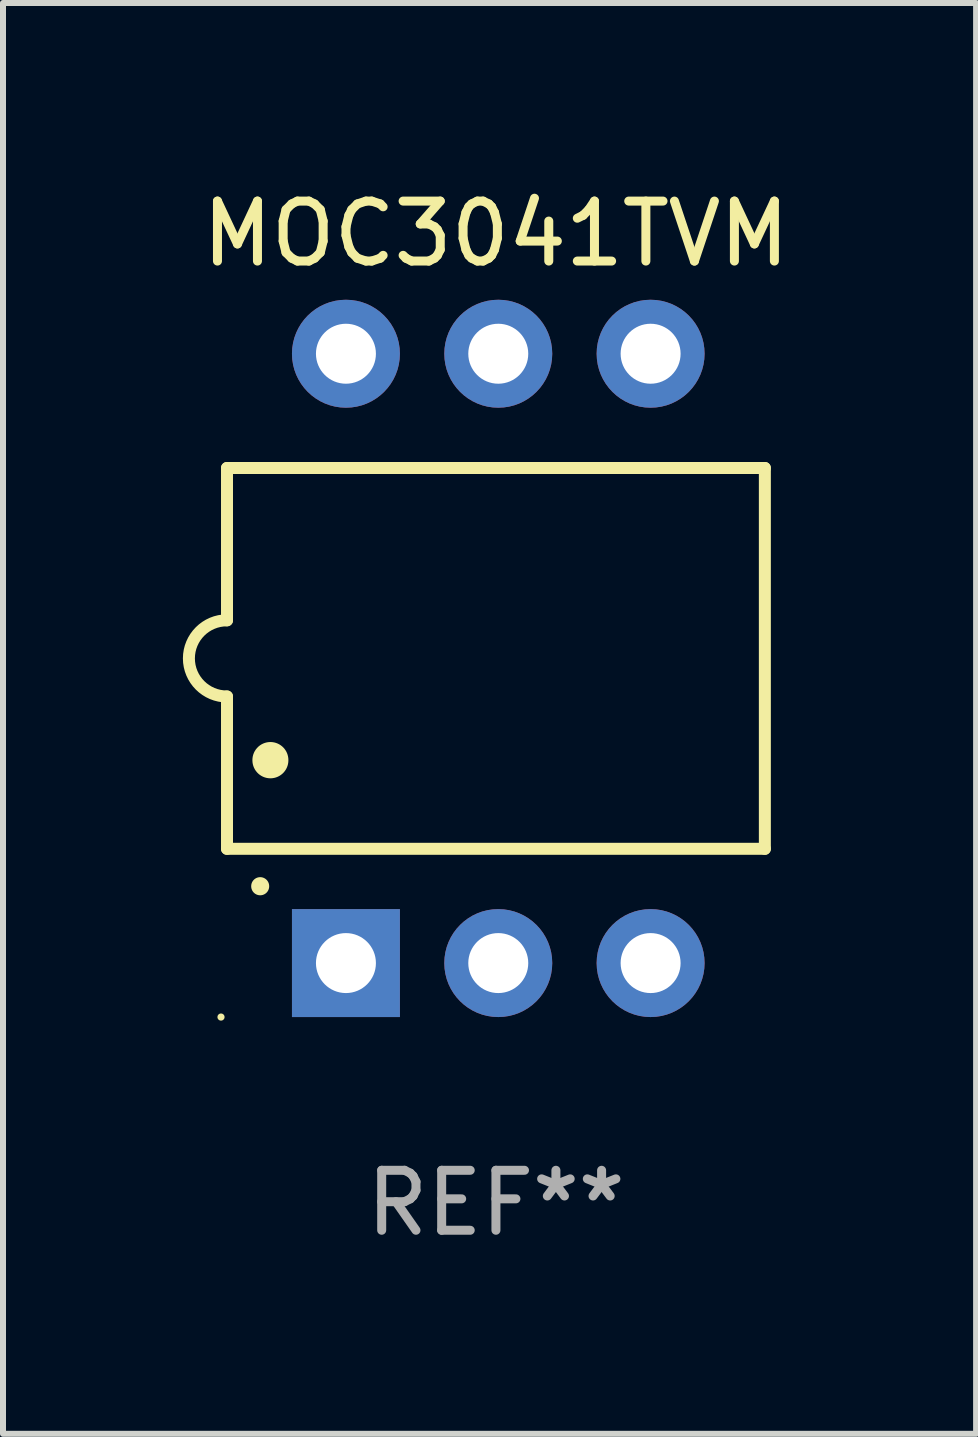
<source format=kicad_pcb>
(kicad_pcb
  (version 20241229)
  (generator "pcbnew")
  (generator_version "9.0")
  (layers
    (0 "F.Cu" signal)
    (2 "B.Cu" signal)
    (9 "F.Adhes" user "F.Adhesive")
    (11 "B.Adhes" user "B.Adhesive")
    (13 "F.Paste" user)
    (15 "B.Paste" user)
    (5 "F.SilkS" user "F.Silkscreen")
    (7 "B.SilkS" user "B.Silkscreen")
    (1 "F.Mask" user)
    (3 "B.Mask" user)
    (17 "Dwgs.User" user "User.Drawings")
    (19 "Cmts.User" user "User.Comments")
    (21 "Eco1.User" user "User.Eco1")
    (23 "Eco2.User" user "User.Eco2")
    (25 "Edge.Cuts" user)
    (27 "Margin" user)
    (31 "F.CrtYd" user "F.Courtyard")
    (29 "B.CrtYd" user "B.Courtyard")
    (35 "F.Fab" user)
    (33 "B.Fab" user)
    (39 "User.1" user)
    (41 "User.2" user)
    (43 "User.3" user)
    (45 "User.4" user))
  (footprint "MOC3041TVM"
    (layer "F.Cu")
    (at 5.219 7.928)
    (property "Reference" "MOC3041TVM" (at 0 -7.08 0) (layer "F.SilkS") (effects (font (size 1 1) (thickness 0.15))))
    (attr through_hole)
    (fp_line (start -4.484 -3.175) (end 4.484 -3.175) (stroke (width 0.2) (type solid)) (layer "F.SilkS"))
    (fp_line (start -4.484 -0.635) (end -4.484 -3.175) (stroke (width 0.2) (type solid)) (layer "F.SilkS"))
    (fp_line (start -4.484 0.635) (end -4.484 3.175) (stroke (width 0.2) (type solid)) (layer "F.SilkS"))
    (fp_line (start -4.484 3.175) (end 4.484 3.175) (stroke (width 0.2) (type solid)) (layer "F.SilkS"))
    (fp_line (start 4.484 -3.175) (end 4.484 3.175) (stroke (width 0.2) (type solid)) (layer "F.SilkS"))
    (fp_arc (start -4.484379 0.635001) (mid -5.11938 0) (end -4.484379 -0.635001) (stroke (width 0.2) (type solid)) (layer "F.SilkS"))
    (fp_arc (start -3.930658 3.799848) (mid -3.930663 3.798578) (end -3.930658 3.797308) (stroke (width 0.3) (type solid)) (layer "F.SilkS"))
    (fp_arc (start -3.760478 1.699263) (mid -3.760489 1.696723) (end -3.760478 1.694183) (stroke (width 0.6) (type solid)) (layer "F.SilkS"))
    (fp_circle (center -4.584 5.98) (end -4.554 5.98) (stroke (width 0.06) (type solid)) (fill no) (layer "F.SilkS"))
    (fp_text user "REF**" (at 0 9.08 0) (layer "F.Fab") (effects (font (size 1 1) (thickness 0.15))))
    (pad "1" thru_hole rect (at -2.501 5.08 90) (size 1.8 1.8) (drill 1) (layers "*.Cu" "*.Mask"))
    (pad "2" thru_hole circle (at 0.039 5.08) (size 1.8 1.8) (drill 1) (layers "*.Cu" "*.Mask"))
    (pad "3" thru_hole circle (at 2.579 5.08) (size 1.8 1.8) (drill 1) (layers "*.Cu" "*.Mask"))
    (pad "4" thru_hole circle (at 2.579 -5.08) (size 1.8 1.8) (drill 1) (layers "*.Cu" "*.Mask"))
    (pad "5" thru_hole circle (at 0.039 -5.08) (size 1.8 1.8) (drill 1) (layers "*.Cu" "*.Mask"))
    (pad "6" thru_hole circle (at -2.501 -5.08) (size 1.8 1.8) (drill 1) (layers "*.Cu" "*.Mask")))
  (gr_rect
    (start -3 -3)
    (end 13.225 20.857)
    (stroke (width 0.1) (type default))
    (fill no)
    (layer "Edge.Cuts")))
</source>
